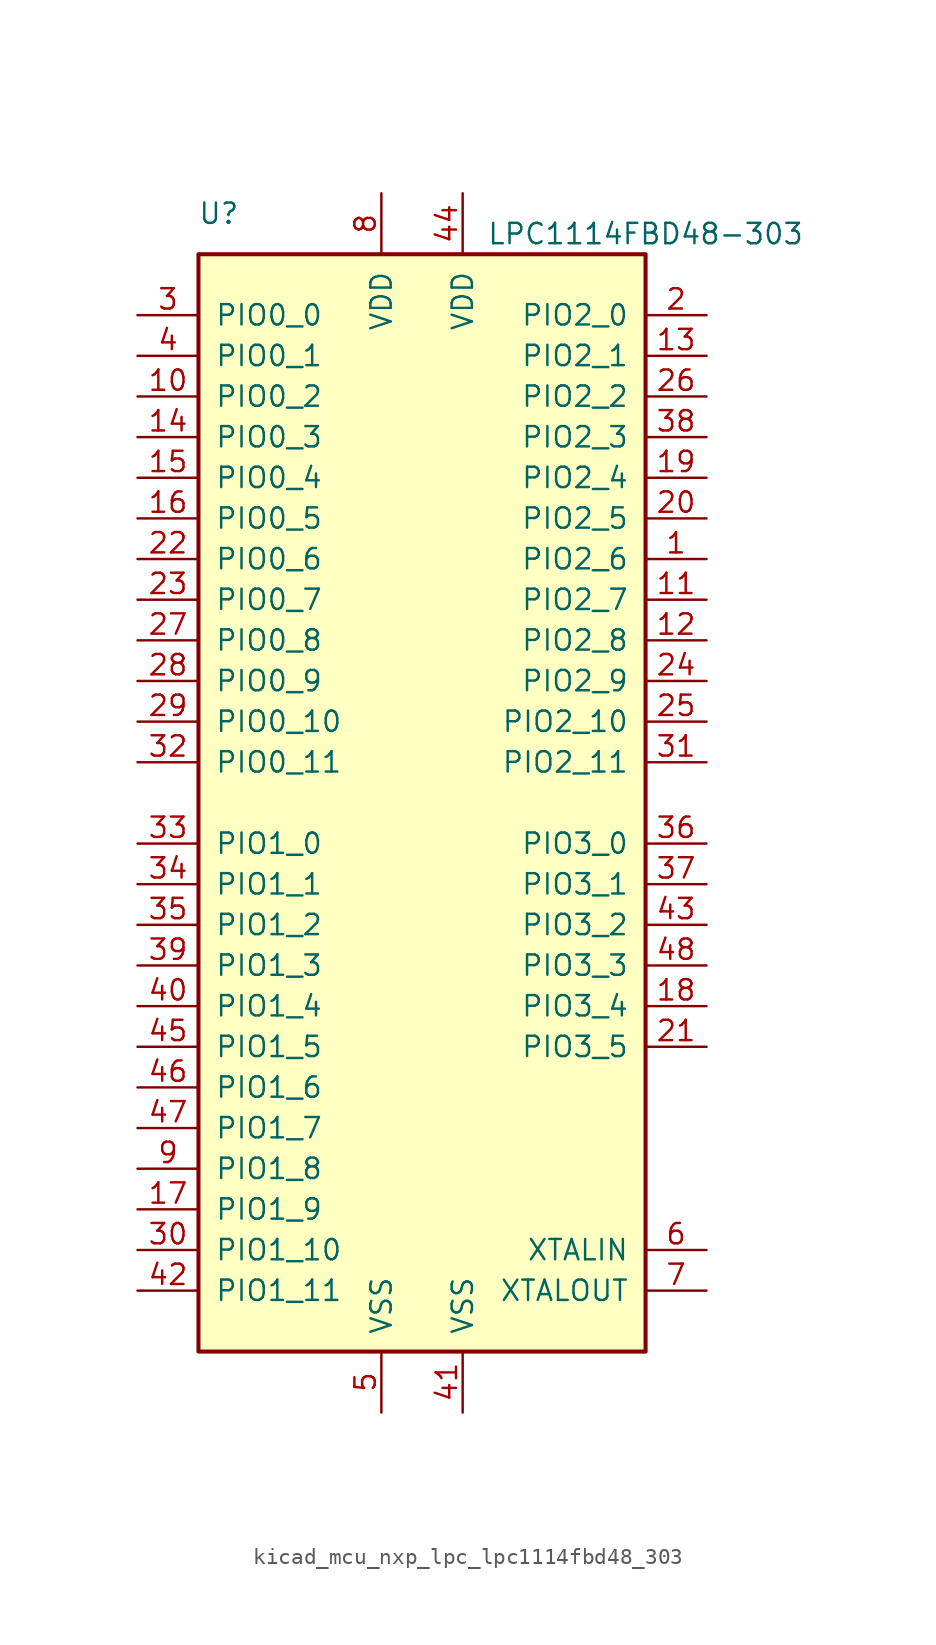
<source format=kicad_sym>
(kicad_symbol_lib
  (version 20220914)
  (generator kicad_symbol_editor)
  (symbol "kicad_mcu_nxp_lpc_lpc1114fbd48_303"
    (pin_names
      (offset 1.016))
    (property "Reference" "U"
      (at -12.7 36.83 0)
      (effects (font (size 1.27 1.27))))
    (property "Value" "LPC1114FBD48-303"
      (at 13.97 35.56 0)
      (effects (font (size 1.27 1.27))))
    (symbol "kicad_mcu_nxp_lpc_lpc1114fbd48_303_0_1"
      (rectangle (start -13.97 34.29) (end 13.97 -34.29) (stroke (width 0.254) (type default)) (fill (type background))))
    (symbol "kicad_mcu_nxp_lpc_lpc1114fbd48_303_1_1"
      (pin bidirectional line (at 17.78 15.24 180) (length 3.81) (name "PIO2_6" (effects (font (size 1.27 1.27)))) (number "1" (effects (font (size 1.27 1.27)))))
      (pin bidirectional line (at -17.78 25.4 0) (length 3.81) (name "PIO0_2" (effects (font (size 1.27 1.27)))) (number "10" (effects (font (size 1.27 1.27)))))
      (pin bidirectional line (at 17.78 12.7 180) (length 3.81) (name "PIO2_7" (effects (font (size 1.27 1.27)))) (number "11" (effects (font (size 1.27 1.27)))))
      (pin bidirectional line (at 17.78 10.16 180) (length 3.81) (name "PIO2_8" (effects (font (size 1.27 1.27)))) (number "12" (effects (font (size 1.27 1.27)))))
      (pin bidirectional line (at 17.78 27.94 180) (length 3.81) (name "PIO2_1" (effects (font (size 1.27 1.27)))) (number "13" (effects (font (size 1.27 1.27)))))
      (pin bidirectional line (at -17.78 22.86 0) (length 3.81) (name "PIO0_3" (effects (font (size 1.27 1.27)))) (number "14" (effects (font (size 1.27 1.27)))))
      (pin bidirectional line (at -17.78 20.32 0) (length 3.81) (name "PIO0_4" (effects (font (size 1.27 1.27)))) (number "15" (effects (font (size 1.27 1.27)))))
      (pin bidirectional line (at -17.78 17.78 0) (length 3.81) (name "PIO0_5" (effects (font (size 1.27 1.27)))) (number "16" (effects (font (size 1.27 1.27)))))
      (pin bidirectional line (at -17.78 -25.4 0) (length 3.81) (name "PIO1_9" (effects (font (size 1.27 1.27)))) (number "17" (effects (font (size 1.27 1.27)))))
      (pin bidirectional line (at 17.78 -12.7 180) (length 3.81) (name "PIO3_4" (effects (font (size 1.27 1.27)))) (number "18" (effects (font (size 1.27 1.27)))))
      (pin bidirectional line (at 17.78 20.32 180) (length 3.81) (name "PIO2_4" (effects (font (size 1.27 1.27)))) (number "19" (effects (font (size 1.27 1.27)))))
      (pin bidirectional line (at 17.78 30.48 180) (length 3.81) (name "PIO2_0" (effects (font (size 1.27 1.27)))) (number "2" (effects (font (size 1.27 1.27)))))
      (pin bidirectional line (at 17.78 17.78 180) (length 3.81) (name "PIO2_5" (effects (font (size 1.27 1.27)))) (number "20" (effects (font (size 1.27 1.27)))))
      (pin bidirectional line (at 17.78 -15.24 180) (length 3.81) (name "PIO3_5" (effects (font (size 1.27 1.27)))) (number "21" (effects (font (size 1.27 1.27)))))
      (pin bidirectional line (at -17.78 15.24 0) (length 3.81) (name "PIO0_6" (effects (font (size 1.27 1.27)))) (number "22" (effects (font (size 1.27 1.27)))))
      (pin bidirectional line (at -17.78 12.7 0) (length 3.81) (name "PIO0_7" (effects (font (size 1.27 1.27)))) (number "23" (effects (font (size 1.27 1.27)))))
      (pin bidirectional line (at 17.78 7.62 180) (length 3.81) (name "PIO2_9" (effects (font (size 1.27 1.27)))) (number "24" (effects (font (size 1.27 1.27)))))
      (pin bidirectional line (at 17.78 5.08 180) (length 3.81) (name "PIO2_10" (effects (font (size 1.27 1.27)))) (number "25" (effects (font (size 1.27 1.27)))))
      (pin bidirectional line (at 17.78 25.4 180) (length 3.81) (name "PIO2_2" (effects (font (size 1.27 1.27)))) (number "26" (effects (font (size 1.27 1.27)))))
      (pin bidirectional line (at -17.78 10.16 0) (length 3.81) (name "PIO0_8" (effects (font (size 1.27 1.27)))) (number "27" (effects (font (size 1.27 1.27)))))
      (pin bidirectional line (at -17.78 7.62 0) (length 3.81) (name "PIO0_9" (effects (font (size 1.27 1.27)))) (number "28" (effects (font (size 1.27 1.27)))))
      (pin bidirectional line (at -17.78 5.08 0) (length 3.81) (name "PIO0_10" (effects (font (size 1.27 1.27)))) (number "29" (effects (font (size 1.27 1.27)))))
      (pin bidirectional line (at -17.78 30.48 0) (length 3.81) (name "PIO0_0" (effects (font (size 1.27 1.27)))) (number "3" (effects (font (size 1.27 1.27)))))
      (pin bidirectional line (at -17.78 -27.94 0) (length 3.81) (name "PIO1_10" (effects (font (size 1.27 1.27)))) (number "30" (effects (font (size 1.27 1.27)))))
      (pin bidirectional line (at 17.78 2.54 180) (length 3.81) (name "PIO2_11" (effects (font (size 1.27 1.27)))) (number "31" (effects (font (size 1.27 1.27)))))
      (pin bidirectional line (at -17.78 2.54 0) (length 3.81) (name "PIO0_11" (effects (font (size 1.27 1.27)))) (number "32" (effects (font (size 1.27 1.27)))))
      (pin bidirectional line (at -17.78 -2.54 0) (length 3.81) (name "PIO1_0" (effects (font (size 1.27 1.27)))) (number "33" (effects (font (size 1.27 1.27)))))
      (pin bidirectional line (at -17.78 -5.08 0) (length 3.81) (name "PIO1_1" (effects (font (size 1.27 1.27)))) (number "34" (effects (font (size 1.27 1.27)))))
      (pin bidirectional line (at -17.78 -7.62 0) (length 3.81) (name "PIO1_2" (effects (font (size 1.27 1.27)))) (number "35" (effects (font (size 1.27 1.27)))))
      (pin bidirectional line (at 17.78 -2.54 180) (length 3.81) (name "PIO3_0" (effects (font (size 1.27 1.27)))) (number "36" (effects (font (size 1.27 1.27)))))
      (pin bidirectional line (at 17.78 -5.08 180) (length 3.81) (name "PIO3_1" (effects (font (size 1.27 1.27)))) (number "37" (effects (font (size 1.27 1.27)))))
      (pin bidirectional line (at 17.78 22.86 180) (length 3.81) (name "PIO2_3" (effects (font (size 1.27 1.27)))) (number "38" (effects (font (size 1.27 1.27)))))
      (pin bidirectional line (at -17.78 -10.16 0) (length 3.81) (name "PIO1_3" (effects (font (size 1.27 1.27)))) (number "39" (effects (font (size 1.27 1.27)))))
      (pin bidirectional line (at -17.78 27.94 0) (length 3.81) (name "PIO0_1" (effects (font (size 1.27 1.27)))) (number "4" (effects (font (size 1.27 1.27)))))
      (pin bidirectional line (at -17.78 -12.7 0) (length 3.81) (name "PIO1_4" (effects (font (size 1.27 1.27)))) (number "40" (effects (font (size 1.27 1.27)))))
      (pin power_in line (at 2.54 -38.1 90) (length 3.81) (name "VSS" (effects (font (size 1.27 1.27)))) (number "41" (effects (font (size 1.27 1.27)))))
      (pin bidirectional line (at -17.78 -30.48 0) (length 3.81) (name "PIO1_11" (effects (font (size 1.27 1.27)))) (number "42" (effects (font (size 1.27 1.27)))))
      (pin bidirectional line (at 17.78 -7.62 180) (length 3.81) (name "PIO3_2" (effects (font (size 1.27 1.27)))) (number "43" (effects (font (size 1.27 1.27)))))
      (pin power_in line (at 2.54 38.1 270) (length 3.81) (name "VDD" (effects (font (size 1.27 1.27)))) (number "44" (effects (font (size 1.27 1.27)))))
      (pin bidirectional line (at -17.78 -15.24 0) (length 3.81) (name "PIO1_5" (effects (font (size 1.27 1.27)))) (number "45" (effects (font (size 1.27 1.27)))))
      (pin bidirectional line (at -17.78 -17.78 0) (length 3.81) (name "PIO1_6" (effects (font (size 1.27 1.27)))) (number "46" (effects (font (size 1.27 1.27)))))
      (pin bidirectional line (at -17.78 -20.32 0) (length 3.81) (name "PIO1_7" (effects (font (size 1.27 1.27)))) (number "47" (effects (font (size 1.27 1.27)))))
      (pin bidirectional line (at 17.78 -10.16 180) (length 3.81) (name "PIO3_3" (effects (font (size 1.27 1.27)))) (number "48" (effects (font (size 1.27 1.27)))))
      (pin power_in line (at -2.54 -38.1 90) (length 3.81) (name "VSS" (effects (font (size 1.27 1.27)))) (number "5" (effects (font (size 1.27 1.27)))))
      (pin input line (at 17.78 -27.94 180) (length 3.81) (name "XTALIN" (effects (font (size 1.27 1.27)))) (number "6" (effects (font (size 1.27 1.27)))))
      (pin output line (at 17.78 -30.48 180) (length 3.81) (name "XTALOUT" (effects (font (size 1.27 1.27)))) (number "7" (effects (font (size 1.27 1.27)))))
      (pin power_in line (at -2.54 38.1 270) (length 3.81) (name "VDD" (effects (font (size 1.27 1.27)))) (number "8" (effects (font (size 1.27 1.27)))))
      (pin bidirectional line (at -17.78 -22.86 0) (length 3.81) (name "PIO1_8" (effects (font (size 1.27 1.27)))) (number "9" (effects (font (size 1.27 1.27))))))))
</source>
